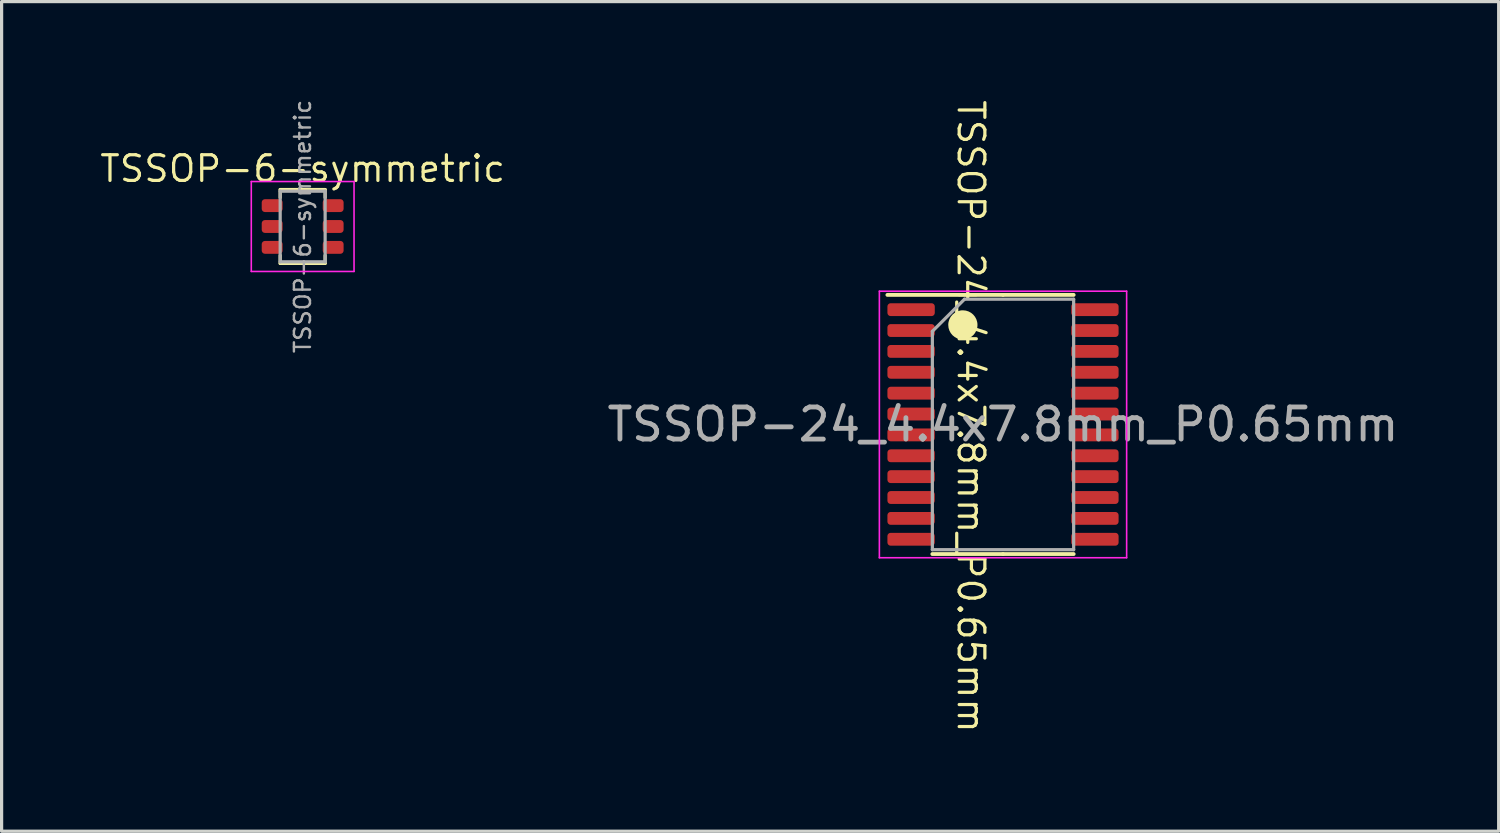
<source format=kicad_pcb>
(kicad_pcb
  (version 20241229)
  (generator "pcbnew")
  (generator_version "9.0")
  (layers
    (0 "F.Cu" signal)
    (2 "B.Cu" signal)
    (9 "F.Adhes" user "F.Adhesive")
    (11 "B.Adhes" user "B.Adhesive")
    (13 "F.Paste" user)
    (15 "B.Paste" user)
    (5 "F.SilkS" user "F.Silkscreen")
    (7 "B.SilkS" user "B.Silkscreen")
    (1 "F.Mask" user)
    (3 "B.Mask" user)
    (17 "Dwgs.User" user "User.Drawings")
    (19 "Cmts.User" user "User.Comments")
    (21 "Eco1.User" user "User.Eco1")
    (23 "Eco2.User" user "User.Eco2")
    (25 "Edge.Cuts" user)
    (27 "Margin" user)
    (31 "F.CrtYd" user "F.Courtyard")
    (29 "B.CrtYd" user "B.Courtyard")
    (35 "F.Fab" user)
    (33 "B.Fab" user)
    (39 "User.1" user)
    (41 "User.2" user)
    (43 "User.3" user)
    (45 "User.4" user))
  (footprint "TSSOP-6-symmetric"
    (layer "F.Cu")
    (at 6.375 4.003)
    (property "Reference" "TSSOP-6-symmetric" (at 0 -1.8 0) (unlocked yes) (layer "F.SilkS") (effects (font (size 0.8 0.8) (thickness 0.1))))
    (attr smd)
    (fp_line (start -0.7 -0.9) (end -0.7 -1.15) (stroke (width 0.1) (type default)) (layer "F.SilkS"))
    (fp_line (start -0.7 1.15) (end -0.7 0.9) (stroke (width 0.1) (type default)) (layer "F.SilkS"))
    (fp_line (start -0.7 1.15) (end 0.7 1.15) (stroke (width 0.1) (type default)) (layer "F.SilkS"))
    (fp_line (start 0.7 -1.15) (end -0.7 -1.15) (stroke (width 0.1) (type default)) (layer "F.SilkS"))
    (fp_line (start 0.7 -1.15) (end 0.7 -0.9) (stroke (width 0.1) (type default)) (layer "F.SilkS"))
    (fp_line (start 0.7 1.15) (end 0.7 0.9) (stroke (width 0.1) (type default)) (layer "F.SilkS"))
    (fp_line (start -1.6 -1.4) (end -1.6 1.4) (stroke (width 0.05) (type solid)) (layer "F.CrtYd"))
    (fp_line (start -1.6 -1.4) (end 1.6 -1.4) (stroke (width 0.05) (type solid)) (layer "F.CrtYd"))
    (fp_line (start -1.6 1.4) (end 1.6 1.4) (stroke (width 0.05) (type solid)) (layer "F.CrtYd"))
    (fp_line (start 1.6 1.4) (end 1.6 -1.4) (stroke (width 0.05) (type solid)) (layer "F.CrtYd"))
    (fp_line (start -0.7 -1.1) (end -0.7 1.1) (stroke (width 0.1) (type solid)) (layer "F.Fab"))
    (fp_line (start 0.7 -1.1) (end -0.7 -1.1) (stroke (width 0.1) (type solid)) (layer "F.Fab"))
    (fp_line (start 0.7 -1.1) (end 0.7 1.1) (stroke (width 0.1) (type solid)) (layer "F.Fab"))
    (fp_line (start 0.7 1.1) (end -0.7 1.1) (stroke (width 0.1) (type solid)) (layer "F.Fab"))
    (fp_text user "${REFERENCE}" (at 0 0 90) (layer "F.Fab") (effects (font (size 0.5 0.5) (thickness 0.075))))
    (pad "1" smd roundrect (at -0.95 -0.65) (size 0.65 0.4) (layers "F.Cu" "F.Mask" "F.Paste") (roundrect_rratio 0.25))
    (pad "2" smd roundrect (at -0.95 0) (size 0.65 0.4) (layers "F.Cu" "F.Mask" "F.Paste") (roundrect_rratio 0.25))
    (pad "3" smd roundrect (at -0.95 0.65) (size 0.65 0.4) (layers "F.Cu" "F.Mask" "F.Paste") (roundrect_rratio 0.25))
    (pad "4" smd roundrect (at 0.95 0.65) (size 0.65 0.4) (layers "F.Cu" "F.Mask" "F.Paste") (roundrect_rratio 0.25))
    (pad "5" smd roundrect (at 0.95 0) (size 0.65 0.4) (layers "F.Cu" "F.Mask" "F.Paste") (roundrect_rratio 0.25))
    (pad "6" smd roundrect (at 0.95 -0.65) (size 0.65 0.4) (layers "F.Cu" "F.Mask" "F.Paste") (roundrect_rratio 0.25)))
  (footprint "TSSOP-24_4.4x7.8mm_P0.65mm"
    (layer "F.Cu")
    (at 28.184 10.168)
    (property "Reference" "TSSOP-24_4.4x7.8mm_P0.65mm" (at -1 -0.25 270) (unlocked yes) (layer "F.SilkS") (effects (font (size 0.8 0.8) (thickness 0.1))))
    (attr smd)
    (fp_line (start 0 -4.035) (end -3.6 -4.035) (stroke (width 0.12) (type solid)) (layer "F.SilkS"))
    (fp_line (start 0 -4.035) (end 2.2 -4.035) (stroke (width 0.12) (type solid)) (layer "F.SilkS"))
    (fp_line (start 0 4.035) (end -2.2 4.035) (stroke (width 0.12) (type solid)) (layer "F.SilkS"))
    (fp_line (start 0 4.035) (end 2.2 4.035) (stroke (width 0.12) (type solid)) (layer "F.SilkS"))
    (fp_circle (center -1.25 -3.1) (end -0.8 -3.1) (stroke (width 0.01) (type solid)) (fill yes) (layer "F.SilkS"))
    (fp_line (start -3.85 -4.15) (end -3.85 4.15) (stroke (width 0.05) (type solid)) (layer "F.CrtYd"))
    (fp_line (start -3.85 4.15) (end 3.85 4.15) (stroke (width 0.05) (type solid)) (layer "F.CrtYd"))
    (fp_line (start 3.85 -4.15) (end -3.85 -4.15) (stroke (width 0.05) (type solid)) (layer "F.CrtYd"))
    (fp_line (start 3.85 4.15) (end 3.85 -4.15) (stroke (width 0.05) (type solid)) (layer "F.CrtYd"))
    (fp_line (start -2.2 -2.9) (end -1.2 -3.9) (stroke (width 0.1) (type solid)) (layer "F.Fab"))
    (fp_line (start -2.2 3.9) (end -2.2 -2.9) (stroke (width 0.1) (type solid)) (layer "F.Fab"))
    (fp_line (start -1.2 -3.9) (end 2.2 -3.9) (stroke (width 0.1) (type solid)) (layer "F.Fab"))
    (fp_line (start 2.2 -3.9) (end 2.2 3.9) (stroke (width 0.1) (type solid)) (layer "F.Fab"))
    (fp_line (start 2.2 3.9) (end -2.2 3.9) (stroke (width 0.1) (type solid)) (layer "F.Fab"))
    (fp_text user "${REFERENCE}" (at 0 0 0) (layer "F.Fab") (effects (font (size 1 1) (thickness 0.15))))
    (pad "1" smd roundrect (at -2.862 -3.575) (size 1.475 0.4) (layers "F.Cu" "F.Mask" "F.Paste") (roundrect_rratio 0.25))
    (pad "2" smd roundrect (at -2.862 -2.925) (size 1.475 0.4) (layers "F.Cu" "F.Mask" "F.Paste") (roundrect_rratio 0.25))
    (pad "3" smd roundrect (at -2.862 -2.275) (size 1.475 0.4) (layers "F.Cu" "F.Mask" "F.Paste") (roundrect_rratio 0.25))
    (pad "4" smd roundrect (at -2.862 -1.625) (size 1.475 0.4) (layers "F.Cu" "F.Mask" "F.Paste") (roundrect_rratio 0.25))
    (pad "5" smd roundrect (at -2.862 -0.975) (size 1.475 0.4) (layers "F.Cu" "F.Mask" "F.Paste") (roundrect_rratio 0.25))
    (pad "6" smd roundrect (at -2.862 -0.325) (size 1.475 0.4) (layers "F.Cu" "F.Mask" "F.Paste") (roundrect_rratio 0.25))
    (pad "7" smd roundrect (at -2.862 0.325) (size 1.475 0.4) (layers "F.Cu" "F.Mask" "F.Paste") (roundrect_rratio 0.25))
    (pad "8" smd roundrect (at -2.862 0.975) (size 1.475 0.4) (layers "F.Cu" "F.Mask" "F.Paste") (roundrect_rratio 0.25))
    (pad "9" smd roundrect (at -2.862 1.625) (size 1.475 0.4) (layers "F.Cu" "F.Mask" "F.Paste") (roundrect_rratio 0.25))
    (pad "10" smd roundrect (at -2.862 2.275) (size 1.475 0.4) (layers "F.Cu" "F.Mask" "F.Paste") (roundrect_rratio 0.25))
    (pad "11" smd roundrect (at -2.862 2.925) (size 1.475 0.4) (layers "F.Cu" "F.Mask" "F.Paste") (roundrect_rratio 0.25))
    (pad "12" smd roundrect (at -2.862 3.575) (size 1.475 0.4) (layers "F.Cu" "F.Mask" "F.Paste") (roundrect_rratio 0.25))
    (pad "13" smd roundrect (at 2.862 3.575) (size 1.475 0.4) (layers "F.Cu" "F.Mask" "F.Paste") (roundrect_rratio 0.25))
    (pad "14" smd roundrect (at 2.862 2.925) (size 1.475 0.4) (layers "F.Cu" "F.Mask" "F.Paste") (roundrect_rratio 0.25))
    (pad "15" smd roundrect (at 2.862 2.275) (size 1.475 0.4) (layers "F.Cu" "F.Mask" "F.Paste") (roundrect_rratio 0.25))
    (pad "16" smd roundrect (at 2.862 1.625) (size 1.475 0.4) (layers "F.Cu" "F.Mask" "F.Paste") (roundrect_rratio 0.25))
    (pad "17" smd roundrect (at 2.862 0.975) (size 1.475 0.4) (layers "F.Cu" "F.Mask" "F.Paste") (roundrect_rratio 0.25))
    (pad "18" smd roundrect (at 2.862 0.325) (size 1.475 0.4) (layers "F.Cu" "F.Mask" "F.Paste") (roundrect_rratio 0.25))
    (pad "19" smd roundrect (at 2.862 -0.325) (size 1.475 0.4) (layers "F.Cu" "F.Mask" "F.Paste") (roundrect_rratio 0.25))
    (pad "20" smd roundrect (at 2.862 -0.975) (size 1.475 0.4) (layers "F.Cu" "F.Mask" "F.Paste") (roundrect_rratio 0.25))
    (pad "21" smd roundrect (at 2.862 -1.625) (size 1.475 0.4) (layers "F.Cu" "F.Mask" "F.Paste") (roundrect_rratio 0.25))
    (pad "22" smd roundrect (at 2.862 -2.275) (size 1.475 0.4) (layers "F.Cu" "F.Mask" "F.Paste") (roundrect_rratio 0.25))
    (pad "23" smd roundrect (at 2.862 -2.925) (size 1.475 0.4) (layers "F.Cu" "F.Mask" "F.Paste") (roundrect_rratio 0.25))
    (pad "24" smd roundrect (at 2.862 -3.575) (size 1.475 0.4) (layers "F.Cu" "F.Mask" "F.Paste") (roundrect_rratio 0.25)))
  (gr_rect
    (start -3 -3)
    (end 43.619 22.835)
    (stroke (width 0.1) (type default))
    (fill no)
    (layer "Edge.Cuts")))
</source>
